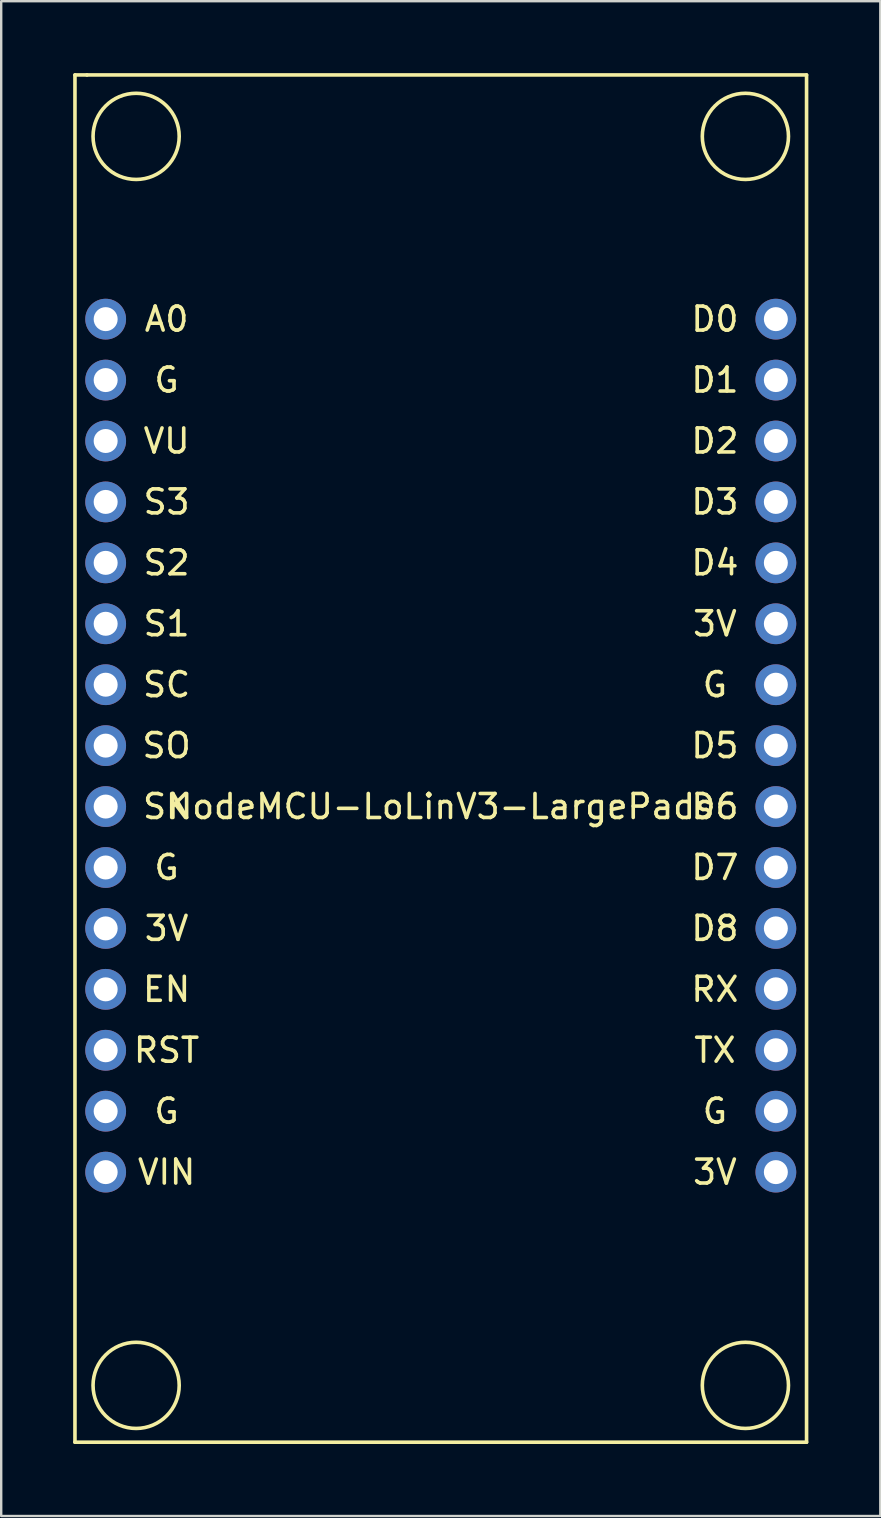
<source format=kicad_pcb>
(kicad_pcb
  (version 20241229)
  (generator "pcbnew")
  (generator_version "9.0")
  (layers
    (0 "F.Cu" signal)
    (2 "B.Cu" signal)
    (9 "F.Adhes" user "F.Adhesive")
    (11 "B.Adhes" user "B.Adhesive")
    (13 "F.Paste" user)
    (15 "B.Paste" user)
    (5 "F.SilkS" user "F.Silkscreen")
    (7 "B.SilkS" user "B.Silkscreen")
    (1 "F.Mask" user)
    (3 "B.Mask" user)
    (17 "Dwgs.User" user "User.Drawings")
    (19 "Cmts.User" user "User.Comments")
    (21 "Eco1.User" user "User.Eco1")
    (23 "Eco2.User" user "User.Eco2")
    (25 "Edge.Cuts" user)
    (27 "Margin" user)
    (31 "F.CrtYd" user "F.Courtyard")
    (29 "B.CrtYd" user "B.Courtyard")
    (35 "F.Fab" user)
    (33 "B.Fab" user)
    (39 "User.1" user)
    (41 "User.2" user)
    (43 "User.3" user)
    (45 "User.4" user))
  (footprint "NodeMCU-LoLinV3-LargePads"
    (layer "F.Cu")
    (at 15.325 30.575)
    (property "Reference" "NodeMCU-LoLinV3-LargePads" (at 0 0 0) (layer "F.SilkS") (effects (font (size 1 1) (thickness 0.15))))
    (attr through_hole)
    (fp_line (start -15.25 -30.5) (end -15.25 26.5) (stroke (width 0.15) (type solid)) (layer "F.SilkS"))
    (fp_line (start -15.25 26.5) (end 15.25 26.5) (stroke (width 0.15) (type solid)) (layer "F.SilkS"))
    (fp_line (start -14.75 -30.5) (end -15.25 -30.5) (stroke (width 0.15) (type solid)) (layer "F.SilkS"))
    (fp_line (start 15.25 -30.5) (end -14.75 -30.5) (stroke (width 0.15) (type solid)) (layer "F.SilkS"))
    (fp_line (start 15.25 26.5) (end 15.25 -30.5) (stroke (width 0.15) (type solid)) (layer "F.SilkS"))
    (fp_circle (center -12.7 -27.94) (end -11.43 -29.21) (stroke (width 0.15) (type solid)) (fill no) (layer "F.SilkS"))
    (fp_circle (center -12.7 24.13) (end -11.43 22.86) (stroke (width 0.15) (type solid)) (fill no) (layer "F.SilkS"))
    (fp_circle (center 12.7 -27.94) (end 13.97 -29.21) (stroke (width 0.15) (type solid)) (fill no) (layer "F.SilkS"))
    (fp_circle (center 12.7 24.13) (end 13.97 22.86) (stroke (width 0.15) (type solid)) (fill no) (layer "F.SilkS"))
    (fp_text user "VU" (at -11.43 -15.24 0) (layer "F.SilkS") (effects (font (size 1 1) (thickness 0.15))))
    (fp_text user "G" (at 11.43 -5.08 0) (layer "F.SilkS") (effects (font (size 1 1) (thickness 0.15))))
    (fp_text user "G" (at -11.43 12.7 0) (layer "F.SilkS") (effects (font (size 1 1) (thickness 0.15))))
    (fp_text user "D7" (at 11.43 2.54 0) (layer "F.SilkS") (effects (font (size 1 1) (thickness 0.15))))
    (fp_text user "RST" (at -11.43 10.16 0) (layer "F.SilkS") (effects (font (size 1 1) (thickness 0.15))))
    (fp_text user "G" (at -11.43 -17.78 0) (layer "F.SilkS") (effects (font (size 1 1) (thickness 0.15))))
    (fp_text user "SC" (at -11.43 -5.08 0) (layer "F.SilkS") (effects (font (size 1 1) (thickness 0.15))))
    (fp_text user "D2" (at 11.43 -15.24 0) (layer "F.SilkS") (effects (font (size 1 1) (thickness 0.15))))
    (fp_text user "3V" (at -11.43 5.08 0) (layer "F.SilkS") (effects (font (size 1 1) (thickness 0.15))))
    (fp_text user "G" (at -11.43 2.54 0) (layer "F.SilkS") (effects (font (size 1 1) (thickness 0.15))))
    (fp_text user "D3" (at 11.43 -12.7 0) (layer "F.SilkS") (effects (font (size 1 1) (thickness 0.15))))
    (fp_text user "VIN" (at -11.43 15.24 0) (layer "F.SilkS") (effects (font (size 1 1) (thickness 0.15))))
    (fp_text user "G" (at 11.43 12.7 0) (layer "F.SilkS") (effects (font (size 1 1) (thickness 0.15))))
    (fp_text user "D8" (at 11.43 5.08 0) (layer "F.SilkS") (effects (font (size 1 1) (thickness 0.15))))
    (fp_text user "D0" (at 11.43 -20.32 0) (layer "F.SilkS") (effects (font (size 1 1) (thickness 0.15))))
    (fp_text user "RX" (at 11.43 7.62 0) (layer "F.SilkS") (effects (font (size 1 1) (thickness 0.15))))
    (fp_text user "SO" (at -11.43 -2.54 0) (layer "F.SilkS") (effects (font (size 1 1) (thickness 0.15))))
    (fp_text user "D6" (at 11.43 0 0) (layer "F.SilkS") (effects (font (size 1 1) (thickness 0.15))))
    (fp_text user "D4" (at 11.43 -10.16 0) (layer "F.SilkS") (effects (font (size 1 1) (thickness 0.15))))
    (fp_text user "EN" (at -11.43 7.62 0) (layer "F.SilkS") (effects (font (size 1 1) (thickness 0.15))))
    (fp_text user "S3" (at -11.43 -12.7 0) (layer "F.SilkS") (effects (font (size 1 1) (thickness 0.15))))
    (fp_text user "A0" (at -11.43 -20.32 0) (layer "F.SilkS") (effects (font (size 1 1) (thickness 0.15))))
    (fp_text user "D5" (at 11.43 -2.54 0) (layer "F.SilkS") (effects (font (size 1 1) (thickness 0.15))))
    (fp_text user "S2" (at -11.43 -10.16 0) (layer "F.SilkS") (effects (font (size 1 1) (thickness 0.15))))
    (fp_text user "SK" (at -11.43 0 0) (layer "F.SilkS") (effects (font (size 1 1) (thickness 0.15))))
    (fp_text user "3V" (at 11.43 -7.62 0) (layer "F.SilkS") (effects (font (size 1 1) (thickness 0.15))))
    (fp_text user "S1" (at -11.43 -7.62 0) (layer "F.SilkS") (effects (font (size 1 1) (thickness 0.15))))
    (fp_text user "TX" (at 11.43 10.16 0) (layer "F.SilkS") (effects (font (size 1 1) (thickness 0.15))))
    (fp_text user "D1" (at 11.43 -17.78 0) (layer "F.SilkS") (effects (font (size 1 1) (thickness 0.15))))
    (fp_text user "3V" (at 11.43 15.24 0) (layer "F.SilkS") (effects (font (size 1 1) (thickness 0.15))))
    (pad "1" thru_hole circle (at -13.97 -20.32) (size 1.7 1.7) (drill 1) (layers "*.Cu" "*.Mask"))
    (pad "2" thru_hole circle (at -13.97 -17.78) (size 1.7 1.7) (drill 1) (layers "*.Cu" "*.Mask"))
    (pad "3" thru_hole circle (at -13.97 -15.24) (size 1.7 1.7) (drill 1) (layers "*.Cu" "*.Mask"))
    (pad "4" thru_hole circle (at -13.97 -12.7) (size 1.7 1.7) (drill 1) (layers "*.Cu" "*.Mask"))
    (pad "5" thru_hole circle (at -13.97 -10.16) (size 1.7 1.7) (drill 1) (layers "*.Cu" "*.Mask"))
    (pad "6" thru_hole circle (at -13.97 -7.62) (size 1.7 1.7) (drill 1) (layers "*.Cu" "*.Mask"))
    (pad "7" thru_hole circle (at -13.97 -5.08) (size 1.7 1.7) (drill 1) (layers "*.Cu" "*.Mask"))
    (pad "8" thru_hole circle (at -13.97 -2.54) (size 1.7 1.7) (drill 1) (layers "*.Cu" "*.Mask"))
    (pad "9" thru_hole circle (at -13.97 0) (size 1.7 1.7) (drill 1) (layers "*.Cu" "*.Mask"))
    (pad "10" thru_hole circle (at -13.97 2.54) (size 1.7 1.7) (drill 1) (layers "*.Cu" "*.Mask"))
    (pad "11" thru_hole circle (at -13.97 5.08) (size 1.7 1.7) (drill 1) (layers "*.Cu" "*.Mask"))
    (pad "12" thru_hole circle (at -13.97 7.62) (size 1.7 1.7) (drill 1) (layers "*.Cu" "*.Mask"))
    (pad "13" thru_hole circle (at -13.97 10.16) (size 1.7 1.7) (drill 1) (layers "*.Cu" "*.Mask"))
    (pad "14" thru_hole circle (at -13.97 12.7) (size 1.7 1.7) (drill 1) (layers "*.Cu" "*.Mask"))
    (pad "15" thru_hole circle (at -13.97 15.24) (size 1.7 1.7) (drill 1) (layers "*.Cu" "*.Mask"))
    (pad "16" thru_hole circle (at 13.97 15.24) (size 1.7 1.7) (drill 1) (layers "*.Cu" "*.Mask"))
    (pad "17" thru_hole circle (at 13.97 12.7) (size 1.7 1.7) (drill 1) (layers "*.Cu" "*.Mask"))
    (pad "18" thru_hole circle (at 13.97 10.16) (size 1.7 1.7) (drill 1) (layers "*.Cu" "*.Mask"))
    (pad "19" thru_hole circle (at 13.97 7.62) (size 1.7 1.7) (drill 1) (layers "*.Cu" "*.Mask"))
    (pad "20" thru_hole circle (at 13.97 5.08) (size 1.7 1.7) (drill 1) (layers "*.Cu" "*.Mask"))
    (pad "21" thru_hole circle (at 13.97 2.54) (size 1.7 1.7) (drill 1) (layers "*.Cu" "*.Mask"))
    (pad "22" thru_hole circle (at 13.97 0) (size 1.7 1.7) (drill 1) (layers "*.Cu" "*.Mask"))
    (pad "23" thru_hole circle (at 13.97 -2.54) (size 1.7 1.7) (drill 1) (layers "*.Cu" "*.Mask"))
    (pad "24" thru_hole circle (at 13.97 -5.08) (size 1.7 1.7) (drill 1) (layers "*.Cu" "*.Mask"))
    (pad "25" thru_hole circle (at 13.97 -7.62) (size 1.7 1.7) (drill 1) (layers "*.Cu" "*.Mask"))
    (pad "26" thru_hole circle (at 13.97 -10.16) (size 1.7 1.7) (drill 1) (layers "*.Cu" "*.Mask"))
    (pad "27" thru_hole circle (at 13.97 -12.7) (size 1.7 1.7) (drill 1) (layers "*.Cu" "*.Mask"))
    (pad "28" thru_hole circle (at 13.97 -15.24) (size 1.7 1.7) (drill 1) (layers "*.Cu" "*.Mask"))
    (pad "29" thru_hole circle (at 13.97 -17.78) (size 1.7 1.7) (drill 1) (layers "*.Cu" "*.Mask"))
    (pad "30" thru_hole circle (at 13.97 -20.32) (size 1.7 1.7) (drill 1) (layers "*.Cu" "*.Mask")))
  (gr_rect
    (start -3 -3)
    (end 33.65 60.15)
    (stroke (width 0.1) (type default))
    (fill no)
    (layer "Edge.Cuts")))
</source>
